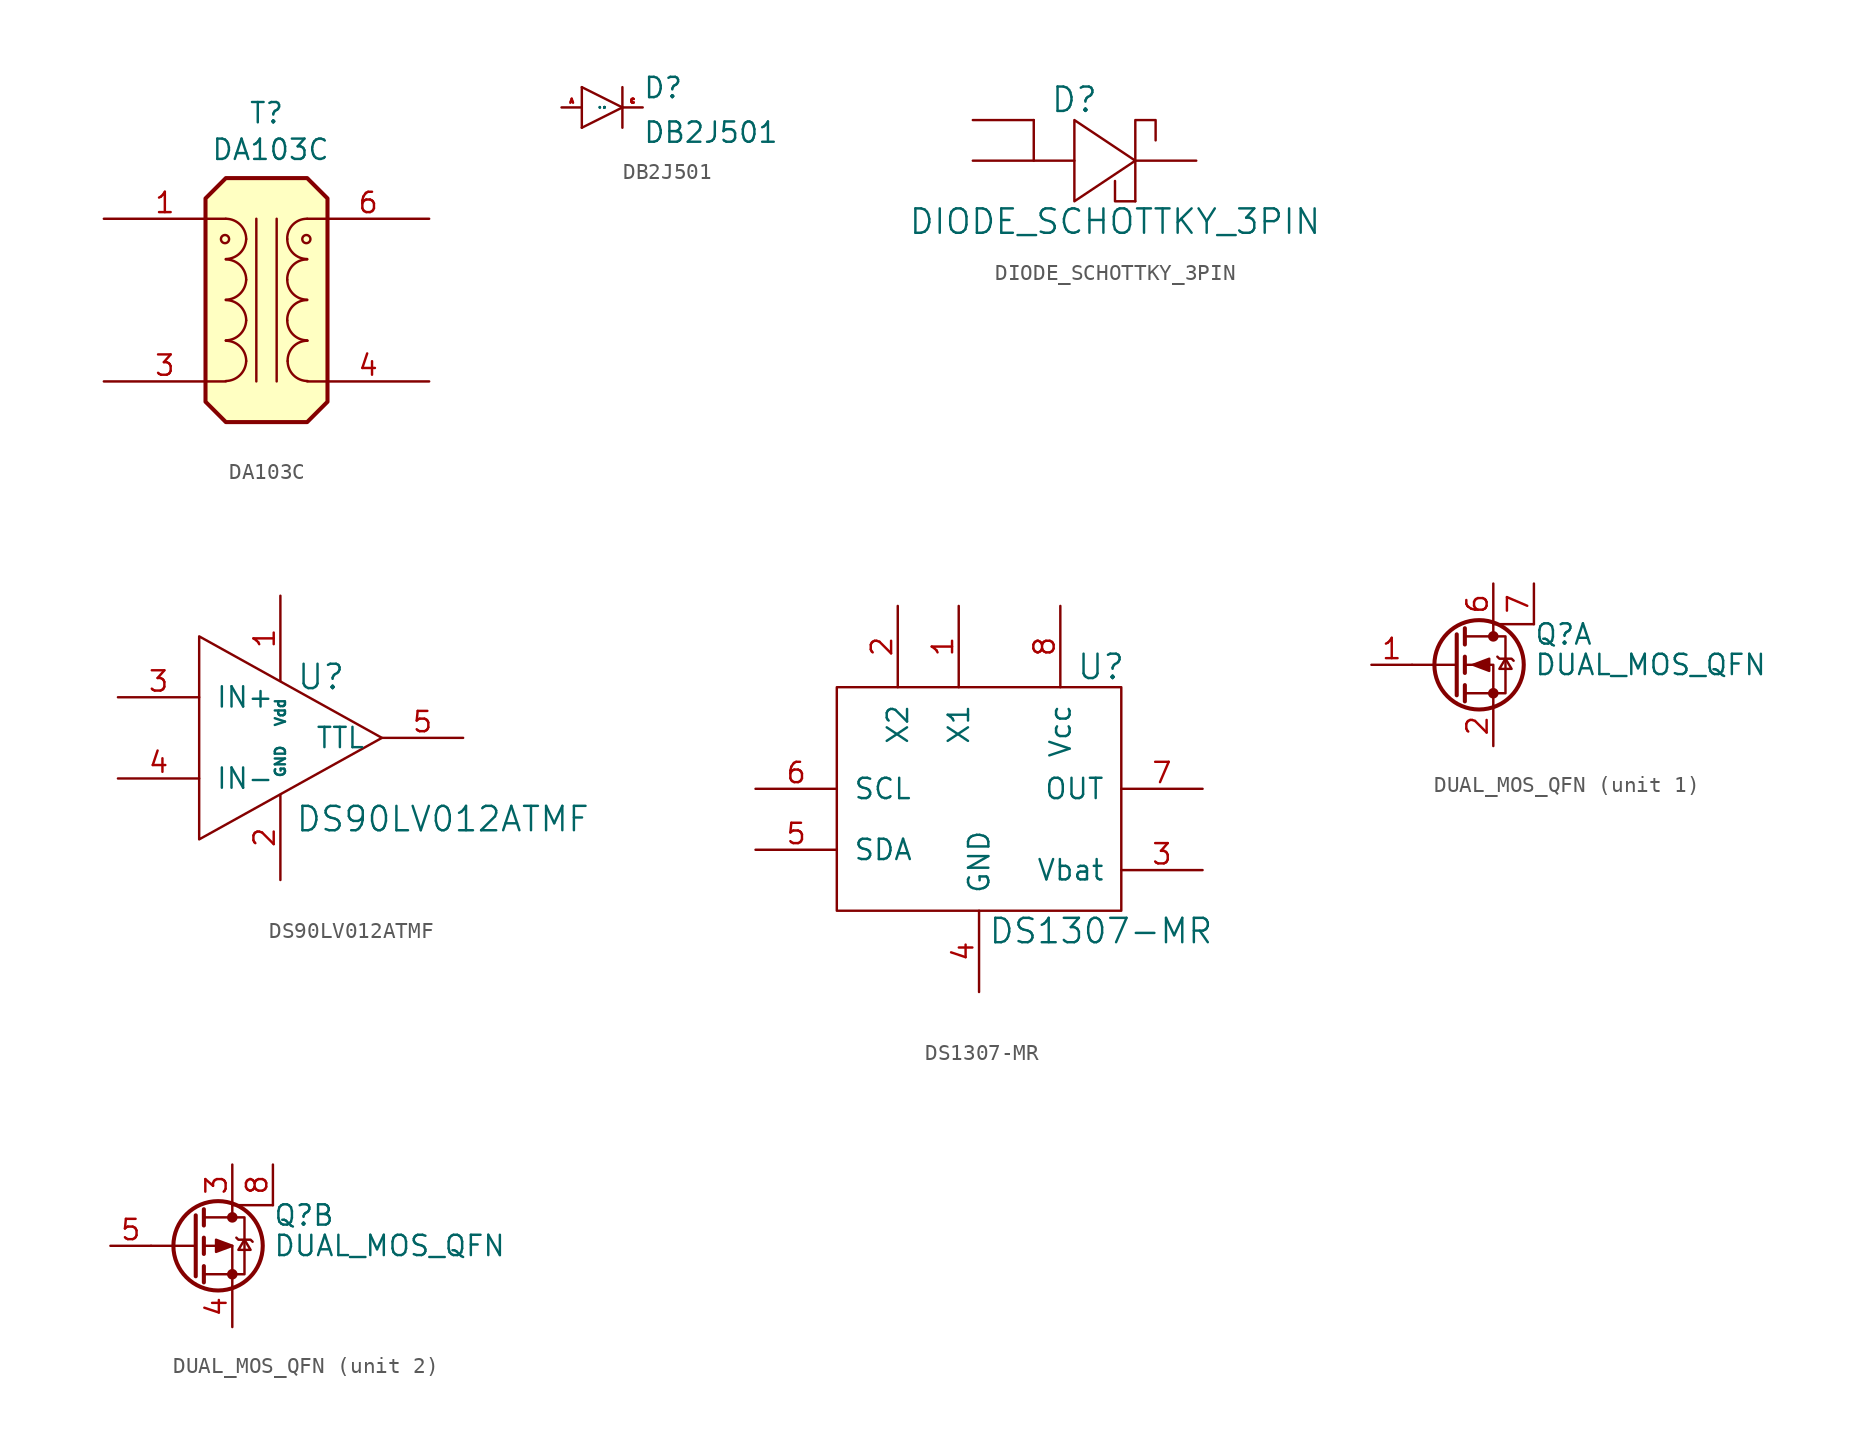
<source format=kicad_sym>
(kicad_symbol_lib
  (version 20211014)
  (generator kicad_symbol_editor)
  (symbol "DA103C"
    (pin_names
      (offset 1.016) hide)
    (property "Reference" "T"
      (at 0 11.684 0)
      (effects (font (size 1.27 1.27))))
    (property "Value" "DA103C"
      (at 0.254 9.398 0)
      (effects (font (size 1.27 1.27))))
    (symbol "DA103C_0_0"
      (circle (center -2.591 3.81) (radius 0.254) (stroke (width 0) (type default) (color 0 0 0 0)) (fill (type none)))
      (circle (center 2.489 3.81) (radius 0.254) (stroke (width 0) (type default) (color 0 0 0 0)) (fill (type none))))
    (symbol "DA103C_0_1"
      (arc (start -2.54 -5.0546) (mid -1.6561 -4.6863) (end -1.27 -3.81) (stroke (width 0) (type default) (color 0 0 0 0)) (fill (type none)))
      (arc (start -2.54 -2.5146) (mid -1.6561 -2.1463) (end -1.27 -1.27) (stroke (width 0) (type default) (color 0 0 0 0)) (fill (type none)))
      (arc (start -2.54 0.0254) (mid -1.6561 0.3937) (end -1.27 1.27) (stroke (width 0) (type default) (color 0 0 0 0)) (fill (type none)))
      (arc (start -2.54 2.5654) (mid -1.6561 2.9337) (end -1.27 3.81) (stroke (width 0) (type default) (color 0 0 0 0)) (fill (type none)))
      (arc (start -1.27 -3.81) (mid -1.642 -2.912) (end -2.54 -2.54) (stroke (width 0) (type default) (color 0 0 0 0)) (fill (type none)))
      (arc (start -1.27 -1.27) (mid -1.642 -0.372) (end -2.54 0) (stroke (width 0) (type default) (color 0 0 0 0)) (fill (type none)))
      (arc (start -1.27 1.27) (mid -1.642 2.168) (end -2.54 2.54) (stroke (width 0) (type default) (color 0 0 0 0)) (fill (type none)))
      (arc (start -1.27 3.81) (mid -1.642 4.708) (end -2.54 5.08) (stroke (width 0) (type default) (color 0 0 0 0)) (fill (type none)))
      (polyline (pts (xy -0.635 5.08) (xy -0.635 -5.08)) (stroke (width 0) (type default) (color 0 0 0 0)) (fill (type none)))
      (polyline (pts (xy 0.635 -5.08) (xy 0.635 5.08)) (stroke (width 0) (type default) (color 0 0 0 0)) (fill (type none)))
      (polyline (pts (xy -3.81 6.35) (xy -2.54 7.62) (xy 2.54 7.62) (xy 3.81 6.35) (xy 3.81 -6.35) (xy 2.54 -7.62) (xy -2.54 -7.62) (xy -3.81 -6.35) (xy -3.81 6.35)) (stroke (width 0.254) (type default) (color 0 0 0 0)) (fill (type background)))
      (arc (start 1.2954 -1.27) (mid 1.6599 -2.1501) (end 2.54 -2.5146) (stroke (width 0) (type default) (color 0 0 0 0)) (fill (type none)))
      (arc (start 1.2954 1.27) (mid 1.6599 0.3899) (end 2.54 0.0254) (stroke (width 0) (type default) (color 0 0 0 0)) (fill (type none)))
      (arc (start 1.2954 3.81) (mid 1.6599 2.9299) (end 2.54 2.5654) (stroke (width 0) (type default) (color 0 0 0 0)) (fill (type none)))
      (arc (start 1.3208 -3.81) (mid 1.6853 -4.6901) (end 2.5654 -5.0546) (stroke (width 0) (type default) (color 0 0 0 0)) (fill (type none)))
      (arc (start 2.54 0) (mid 1.6456 -0.3683) (end 1.2954 -1.27) (stroke (width 0) (type default) (color 0 0 0 0)) (fill (type none)))
      (arc (start 2.54 2.54) (mid 1.6456 2.1717) (end 1.2954 1.27) (stroke (width 0) (type default) (color 0 0 0 0)) (fill (type none)))
      (arc (start 2.54 5.08) (mid 1.6456 4.7117) (end 1.2954 3.81) (stroke (width 0) (type default) (color 0 0 0 0)) (fill (type none)))
      (arc (start 2.5654 -2.54) (mid 1.671 -2.9083) (end 1.3208 -3.81) (stroke (width 0) (type default) (color 0 0 0 0)) (fill (type none))))
    (symbol "DA103C_1_1"
      (pin passive line (at -10.16 5.08 0) (length 7.62) (name "AA" (effects (font (size 1.27 1.27)))) (number "1" (effects (font (size 1.27 1.27)))))
      (pin passive line (at -10.16 -5.08 0) (length 7.62) (name "AB" (effects (font (size 1.27 1.27)))) (number "3" (effects (font (size 1.27 1.27)))))
      (pin passive line (at 10.16 -5.08 180) (length 7.62) (name "SA" (effects (font (size 1.27 1.27)))) (number "4" (effects (font (size 1.27 1.27)))))
      (pin passive line (at 10.16 5.08 180) (length 7.62) (name "SB" (effects (font (size 1.27 1.27)))) (number "6" (effects (font (size 1.27 1.27)))))))
  (symbol "DB2J501"
    (pin_names
      (offset 1.016))
    (property "Reference" "D"
      (at 2.54 0.483 0)
      (effects (font (size 1.27 1.27)) (justify left bottom)))
    (property "Value" "DB2J501"
      (at 2.54 -2.311 0)
      (effects (font (size 1.27 1.27)) (justify left bottom)))
    (property "Datasheet" ""
      (at 0 0 0)
      (effects (font (size 1.524 1.524))))
    (property "ki_locked" ""
      (at 0 0 0)
      (effects (font (size 1.27 1.27))))
    (symbol "DB2J501_1_0"
      (polyline (pts (xy -1.27 -1.27) (xy 1.27 0)) (stroke (width 0) (type default) (color 0 0 0 0)) (fill (type none)))
      (polyline (pts (xy -1.27 1.27) (xy -1.27 -1.27)) (stroke (width 0) (type default) (color 0 0 0 0)) (fill (type none)))
      (polyline (pts (xy 1.27 0) (xy -1.27 1.27)) (stroke (width 0) (type default) (color 0 0 0 0)) (fill (type none)))
      (polyline (pts (xy 1.27 0) (xy 1.27 -1.27)) (stroke (width 0) (type default) (color 0 0 0 0)) (fill (type none)))
      (polyline (pts (xy 1.27 1.27) (xy 1.27 0)) (stroke (width 0) (type default) (color 0 0 0 0)) (fill (type none))))
    (symbol "DB2J501_1_1"
      (pin passive line (at -2.54 0 0) (length 1.27) (name "A" (effects (font (size 0.025 0.025)))) (number "A" (effects (font (size 0.254 0.254)))))
      (pin passive line (at 2.54 0 180) (length 1.27) (name "C" (effects (font (size 0.025 0.025)))) (number "C" (effects (font (size 0.254 0.254)))))))
  (symbol "DIODE_SCHOTTKY_3PIN"
    (pin_numbers hide)
    (pin_names
      (offset 1.016) hide)
    (property "Reference" "D"
      (at 0 3.81 0)
      (effects (font (size 1.524 1.524))))
    (property "Value" "DIODE_SCHOTTKY_3PIN"
      (at 2.54 -3.81 0)
      (effects (font (size 1.524 1.524))))
    (property "Footprint" ""
      (at 0 0 0)
      (effects (font (size 1.524 1.524))))
    (property "Datasheet" ""
      (at 0 0 0)
      (effects (font (size 1.524 1.524))))
    (symbol "DIODE_SCHOTTKY_3PIN_0_1"
      (polyline (pts (xy -2.54 2.54) (xy -2.54 0) (xy 0 0)) (stroke (width 0) (type default) (color 0 0 0 0)) (fill (type none)))
      (polyline (pts (xy 3.81 -2.54) (xy 2.54 -2.54) (xy 2.54 -1.27)) (stroke (width 0) (type default) (color 0 0 0 0)) (fill (type none)))
      (polyline (pts (xy 3.81 -2.54) (xy 3.81 2.54) (xy 5.08 2.54) (xy 5.08 1.27)) (stroke (width 0) (type default) (color 0 0 0 0)) (fill (type none)))
      (polyline (pts (xy 3.81 0) (xy 0 -2.54) (xy 0 2.54) (xy 3.81 0)) (stroke (width 0) (type default) (color 0 0 0 0)) (fill (type none))))
    (symbol "DIODE_SCHOTTKY_3PIN_1_1"
      (pin input line (at -6.35 0 0) (length 3.81) (name "A" (effects (font (size 1.27 1.27)))) (number "A1" (effects (font (size 1.27 1.27)))))
      (pin input line (at -6.35 2.54 0) (length 3.81) (name "A" (effects (font (size 1.27 1.27)))) (number "A2" (effects (font (size 1.27 1.27)))))
      (pin input line (at 7.62 0 180) (length 3.81) (name "K" (effects (font (size 1.27 1.27)))) (number "K" (effects (font (size 1.27 1.27)))))))
  (symbol "DS90LV012ATMF"
    (pin_names
      (offset 1.016))
    (property "Reference" "U"
      (at 3.81 -2.54 0)
      (effects (font (size 1.524 1.524))))
    (property "Value" "DS90LV012ATMF"
      (at 11.43 -11.43 0)
      (effects (font (size 1.524 1.524))))
    (symbol "DS90LV012ATMF_0_1"
      (polyline (pts (xy -3.81 0) (xy 7.62 -6.35) (xy -3.81 -12.7) (xy -3.81 0)) (stroke (width 0) (type default) (color 0 0 0 0)) (fill (type none))))
    (symbol "DS90LV012ATMF_1_1"
      (pin input line (at 1.27 2.54 270) (length 5.334) (name "Vdd" (effects (font (size 0.635 0.635)))) (number "1" (effects (font (size 1.27 1.27)))))
      (pin input line (at 1.27 -15.24 90) (length 5.334) (name "GND" (effects (font (size 0.635 0.635)))) (number "2" (effects (font (size 1.27 1.27)))))
      (pin input line (at -8.89 -3.81 0) (length 5.08) (name "IN+" (effects (font (size 1.27 1.27)))) (number "3" (effects (font (size 1.27 1.27)))))
      (pin input line (at -8.89 -8.89 0) (length 5.08) (name "IN-" (effects (font (size 1.27 1.27)))) (number "4" (effects (font (size 1.27 1.27)))))
      (pin input line (at 12.7 -6.35 180) (length 5.08) (name "TTL" (effects (font (size 1.27 1.27)))) (number "5" (effects (font (size 1.27 1.27)))))))
  (symbol "DS1307-MR"
    (pin_names
      (offset 1.016))
    (property "Reference" "U"
      (at 7.62 10.16 0)
      (effects (font (size 1.524 1.524))))
    (property "Value" "DS1307-MR"
      (at 7.62 -6.35 0)
      (effects (font (size 1.524 1.524))))
    (property "Footprint" ""
      (at 0 0 0)
      (effects (font (size 1.524 1.524))))
    (property "Datasheet" ""
      (at 0 0 0)
      (effects (font (size 1.524 1.524))))
    (symbol "DS1307-MR_0_1"
      (rectangle (start -8.89 -5.08) (end 8.89 8.89) (stroke (width 0) (type default) (color 0 0 0 0)) (fill (type none))))
    (symbol "DS1307-MR_1_1"
      (pin bidirectional line (at -1.27 13.97 270) (length 5.08) (name "X1" (effects (font (size 1.27 1.27)))) (number "1" (effects (font (size 1.27 1.27)))))
      (pin bidirectional line (at -5.08 13.97 270) (length 5.08) (name "X2" (effects (font (size 1.27 1.27)))) (number "2" (effects (font (size 1.27 1.27)))))
      (pin power_in line (at 13.97 -2.54 180) (length 5.08) (name "Vbat" (effects (font (size 1.27 1.27)))) (number "3" (effects (font (size 1.27 1.27)))))
      (pin power_out line (at 0 -10.16 90) (length 5.08) (name "GND" (effects (font (size 1.27 1.27)))) (number "4" (effects (font (size 1.27 1.27)))))
      (pin bidirectional line (at -13.97 -1.27 0) (length 5.08) (name "SDA" (effects (font (size 1.27 1.27)))) (number "5" (effects (font (size 1.27 1.27)))))
      (pin input line (at -13.97 2.54 0) (length 5.08) (name "SCL" (effects (font (size 1.27 1.27)))) (number "6" (effects (font (size 1.27 1.27)))))
      (pin open_collector line (at 13.97 2.54 180) (length 5.08) (name "OUT" (effects (font (size 1.27 1.27)))) (number "7" (effects (font (size 1.27 1.27)))))
      (pin power_in line (at 5.08 13.97 270) (length 5.08) (name "Vcc" (effects (font (size 1.27 1.27)))) (number "8" (effects (font (size 1.27 1.27)))))))
  (symbol "DUAL_MOS_QFN"
    (pin_names hide)
    (property "Reference" "Q"
      (at 5.08 1.905 0)
      (effects (font (size 1.27 1.27)) (justify left)))
    (property "Value" "DUAL_MOS_QFN"
      (at 5.08 0 0)
      (effects (font (size 1.27 1.27)) (justify left)))
    (property "ki_locked" ""
      (at 0 0 0)
      (effects (font (size 1.27 1.27))))
    (symbol "DUAL_MOS_QFN_0_1"
      (polyline (pts (xy 0.254 0) (xy -2.54 0)) (stroke (width 0) (type default) (color 0 0 0 0)) (fill (type none)))
      (polyline (pts (xy 0.254 1.905) (xy 0.254 -1.905)) (stroke (width 0.254) (type default) (color 0 0 0 0)) (fill (type none)))
      (polyline (pts (xy 0.762 -1.27) (xy 0.762 -2.286)) (stroke (width 0.254) (type default) (color 0 0 0 0)) (fill (type none)))
      (polyline (pts (xy 0.762 0.508) (xy 0.762 -0.508)) (stroke (width 0.254) (type default) (color 0 0 0 0)) (fill (type none)))
      (polyline (pts (xy 0.762 2.286) (xy 0.762 1.27)) (stroke (width 0.254) (type default) (color 0 0 0 0)) (fill (type none)))
      (polyline (pts (xy 2.54 2.54) (xy 2.54 1.778)) (stroke (width 0) (type default) (color 0 0 0 0)) (fill (type none)))
      (polyline (pts (xy 2.54 2.54) (xy 5.08 2.54)) (stroke (width 0) (type default) (color 0 0 0 0)) (fill (type none)))
      (polyline (pts (xy 2.54 -2.54) (xy 2.54 0) (xy 0.762 0)) (stroke (width 0) (type default) (color 0 0 0 0)) (fill (type none)))
      (polyline (pts (xy 0.762 -1.778) (xy 3.302 -1.778) (xy 3.302 1.778) (xy 0.762 1.778)) (stroke (width 0) (type default) (color 0 0 0 0)) (fill (type none)))
      (polyline (pts (xy 2.794 0.508) (xy 2.921 0.381) (xy 3.683 0.381) (xy 3.81 0.254)) (stroke (width 0) (type default) (color 0 0 0 0)) (fill (type none)))
      (polyline (pts (xy 3.302 0.381) (xy 2.921 -0.254) (xy 3.683 -0.254) (xy 3.302 0.381)) (stroke (width 0) (type default) (color 0 0 0 0)) (fill (type none)))
      (circle (center 1.651 0) (radius 2.794) (stroke (width 0.254) (type default) (color 0 0 0 0)) (fill (type none)))
      (circle (center 2.54 -1.778) (radius 0.254) (stroke (width 0) (type default) (color 0 0 0 0)) (fill (type outline)))
      (circle (center 2.54 1.778) (radius 0.254) (stroke (width 0) (type default) (color 0 0 0 0)) (fill (type outline))))
    (symbol "DUAL_MOS_QFN_1_1"
      (polyline (pts (xy 1.27 0) (xy 2.286 0.381) (xy 2.286 -0.381) (xy 1.27 0)) (stroke (width 0) (type default) (color 0 0 0 0)) (fill (type outline)))
      (pin passive line (at -5.08 0 0) (length 2.54) (name "G1" (effects (font (size 1.27 1.27)))) (number "1" (effects (font (size 1.27 1.27)))))
      (pin passive line (at 2.54 -5.08 90) (length 2.54) (name "S1" (effects (font (size 1.27 1.27)))) (number "2" (effects (font (size 1.27 1.27)))))
      (pin passive line (at 2.54 5.08 270) (length 2.54) (name "D1" (effects (font (size 1.27 1.27)))) (number "6" (effects (font (size 1.27 1.27)))))
      (pin passive line (at 5.08 5.08 270) (length 2.54) (name "D1" (effects (font (size 1.27 1.27)))) (number "7" (effects (font (size 1.27 1.27))))))
    (symbol "DUAL_MOS_QFN_2_1"
      (polyline (pts (xy 2.54 0) (xy 1.524 -0.381) (xy 1.524 0.381) (xy 2.54 0)) (stroke (width 0) (type default) (color 0 0 0 0)) (fill (type outline)))
      (pin passive line (at 2.54 5.08 270) (length 2.54) (name "D2" (effects (font (size 1.27 1.27)))) (number "3" (effects (font (size 1.27 1.27)))))
      (pin passive line (at 2.54 -5.08 90) (length 2.54) (name "S2" (effects (font (size 1.27 1.27)))) (number "4" (effects (font (size 1.27 1.27)))))
      (pin passive line (at -5.08 0 0) (length 2.54) (name "G2" (effects (font (size 1.27 1.27)))) (number "5" (effects (font (size 1.27 1.27)))))
      (pin passive line (at 5.08 5.08 270) (length 2.54) (name "D2" (effects (font (size 1.27 1.27)))) (number "8" (effects (font (size 1.27 1.27))))))))
</source>
